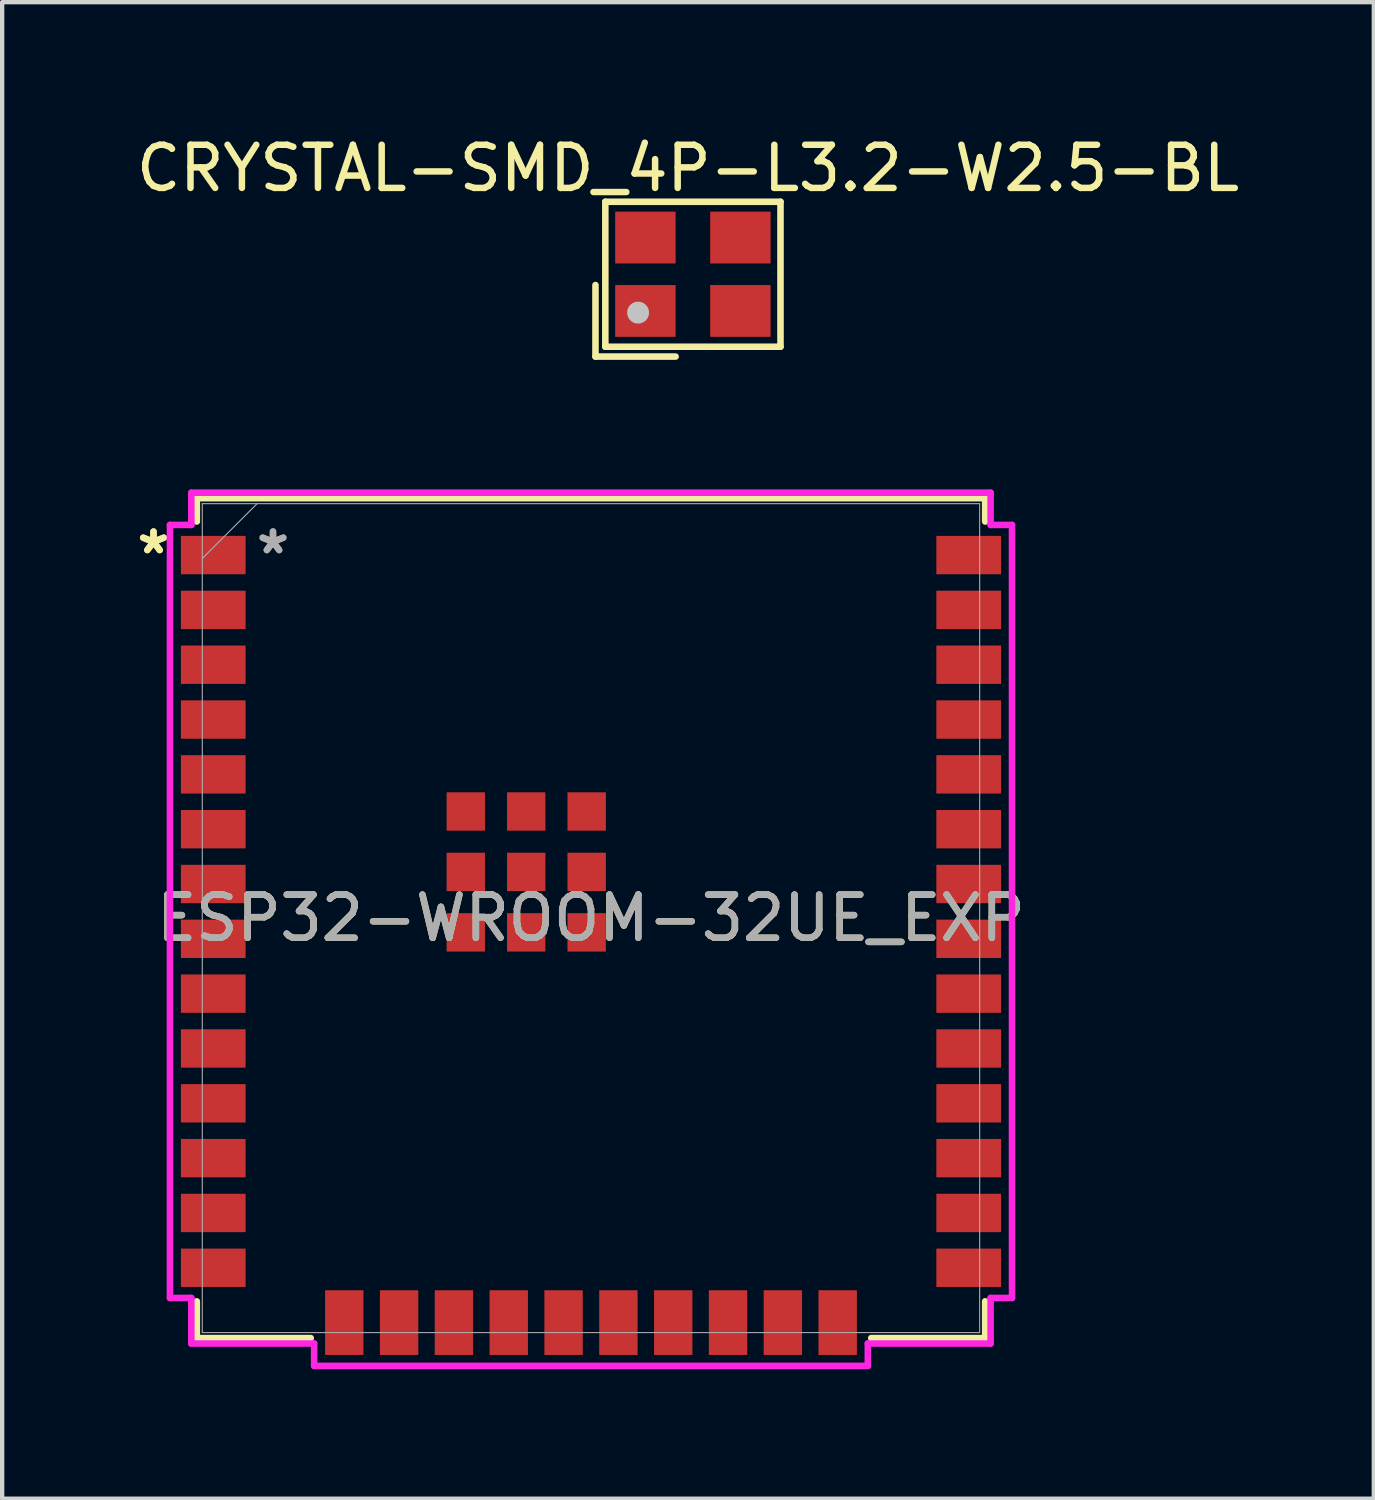
<source format=kicad_pcb>
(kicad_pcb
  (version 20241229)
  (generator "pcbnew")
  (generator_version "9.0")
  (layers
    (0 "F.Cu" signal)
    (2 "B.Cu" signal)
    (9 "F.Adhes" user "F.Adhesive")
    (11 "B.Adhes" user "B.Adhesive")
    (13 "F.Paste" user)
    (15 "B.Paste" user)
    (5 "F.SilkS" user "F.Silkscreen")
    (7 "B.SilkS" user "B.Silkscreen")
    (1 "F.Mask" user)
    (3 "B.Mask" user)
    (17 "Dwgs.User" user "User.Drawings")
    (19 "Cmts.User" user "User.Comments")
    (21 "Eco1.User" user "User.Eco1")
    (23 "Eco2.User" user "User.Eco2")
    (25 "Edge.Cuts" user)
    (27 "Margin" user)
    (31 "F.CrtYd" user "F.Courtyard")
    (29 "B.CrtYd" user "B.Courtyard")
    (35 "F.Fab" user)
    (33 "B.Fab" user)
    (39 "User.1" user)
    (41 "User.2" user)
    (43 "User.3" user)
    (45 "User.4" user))
  (footprint "ESP32-WROOM-32UE_EXP"
    (layer "F.Cu")
    (at 10.64 18.218)
    (property "Reference" "ESP32-WROOM-32UE_EXP" (at 0 0 0) (unlocked yes) (layer "F.SilkS") (effects (font (size 1 1) (thickness 0.15))))
    (attr smd)
    (fp_line (start -9.131 -9.728) (end 9.131 -9.728) (stroke (width 0.152) (type solid)) (layer "F.SilkS"))
    (fp_line (start -9.131 -9.187) (end -9.131 -9.728) (stroke (width 0.152) (type solid)) (layer "F.SilkS"))
    (fp_line (start -9.131 9.728) (end -9.131 8.877) (stroke (width 0.152) (type solid)) (layer "F.SilkS"))
    (fp_line (start -6.492 9.728) (end -9.131 9.728) (stroke (width 0.152) (type solid)) (layer "F.SilkS"))
    (fp_line (start 9.131 -9.728) (end 9.131 -9.187) (stroke (width 0.152) (type solid)) (layer "F.SilkS"))
    (fp_line (start 9.131 8.877) (end 9.131 9.728) (stroke (width 0.152) (type solid)) (layer "F.SilkS"))
    (fp_line (start 9.131 9.728) (end 6.492 9.728) (stroke (width 0.152) (type solid)) (layer "F.SilkS"))
    (fp_line (start -9.753 -9.108) (end -9.753 8.799) (stroke (width 0.152) (type solid)) (layer "F.CrtYd"))
    (fp_line (start -9.753 8.799) (end -9.258 8.799) (stroke (width 0.152) (type solid)) (layer "F.CrtYd"))
    (fp_line (start -9.258 -9.855) (end -9.258 -9.108) (stroke (width 0.152) (type solid)) (layer "F.CrtYd"))
    (fp_line (start -9.258 -9.108) (end -9.753 -9.108) (stroke (width 0.152) (type solid)) (layer "F.CrtYd"))
    (fp_line (start -9.258 8.799) (end -9.258 9.855) (stroke (width 0.152) (type solid)) (layer "F.CrtYd"))
    (fp_line (start -9.258 9.855) (end -6.413 9.855) (stroke (width 0.152) (type solid)) (layer "F.CrtYd"))
    (fp_line (start -6.413 9.855) (end -6.413 10.373) (stroke (width 0.152) (type solid)) (layer "F.CrtYd"))
    (fp_line (start -6.413 10.373) (end 6.413 10.373) (stroke (width 0.152) (type solid)) (layer "F.CrtYd"))
    (fp_line (start 6.413 9.855) (end 9.258 9.855) (stroke (width 0.152) (type solid)) (layer "F.CrtYd"))
    (fp_line (start 6.413 10.373) (end 6.413 9.855) (stroke (width 0.152) (type solid)) (layer "F.CrtYd"))
    (fp_line (start 9.258 -9.855) (end -9.258 -9.855) (stroke (width 0.152) (type solid)) (layer "F.CrtYd"))
    (fp_line (start 9.258 -9.108) (end 9.258 -9.855) (stroke (width 0.152) (type solid)) (layer "F.CrtYd"))
    (fp_line (start 9.258 8.799) (end 9.753 8.799) (stroke (width 0.152) (type solid)) (layer "F.CrtYd"))
    (fp_line (start 9.258 9.855) (end 9.258 8.799) (stroke (width 0.152) (type solid)) (layer "F.CrtYd"))
    (fp_line (start 9.753 -9.108) (end 9.258 -9.108) (stroke (width 0.152) (type solid)) (layer "F.CrtYd"))
    (fp_line (start 9.753 8.799) (end 9.753 -9.108) (stroke (width 0.152) (type solid)) (layer "F.CrtYd"))
    (fp_line (start -9.004 -9.601) (end -9.004 9.601) (stroke (width 0.025) (type solid)) (layer "F.Fab"))
    (fp_line (start -9.004 -8.331) (end -7.734 -9.601) (stroke (width 0.025) (type solid)) (layer "F.Fab"))
    (fp_line (start -9.004 9.601) (end 9.004 9.601) (stroke (width 0.025) (type solid)) (layer "F.Fab"))
    (fp_line (start 9.004 -9.601) (end -9.004 -9.601) (stroke (width 0.025) (type solid)) (layer "F.Fab"))
    (fp_line (start 9.004 9.601) (end 9.004 -9.601) (stroke (width 0.025) (type solid)) (layer "F.Fab"))
    (fp_text user "*" (at -10.134 -8.41 0) (layer "F.SilkS") (effects (font (size 1 1) (thickness 0.15))))
    (fp_text user "*" (at -10.134 -8.41 0) (unlocked yes) (layer "F.SilkS") (effects (font (size 1 1) (thickness 0.15))))
    (fp_text user "${REFERENCE}" (at 0 0 0) (unlocked yes) (layer "F.Fab") (effects (font (size 1 1) (thickness 0.15))))
    (fp_text user "*" (at -7.366 -8.41 0) (unlocked yes) (layer "F.Fab") (effects (font (size 1 1) (thickness 0.15))))
    (fp_text user "*" (at -7.366 -8.41 0) (layer "F.Fab") (effects (font (size 1 1) (thickness 0.15))))
    (pad "1" smd rect (at -8.75 -8.41) (size 1.499 0.889) (layers "F.Cu" "F.Mask" "F.Paste"))
    (pad "2" smd rect (at -8.75 -7.14) (size 1.499 0.889) (layers "F.Cu" "F.Mask" "F.Paste"))
    (pad "3" smd rect (at -8.75 -5.87) (size 1.499 0.889) (layers "F.Cu" "F.Mask" "F.Paste"))
    (pad "4" smd rect (at -8.75 -4.6) (size 1.499 0.889) (layers "F.Cu" "F.Mask" "F.Paste"))
    (pad "5" smd rect (at -8.75 -3.33) (size 1.499 0.889) (layers "F.Cu" "F.Mask" "F.Paste"))
    (pad "6" smd rect (at -8.75 -2.06) (size 1.499 0.889) (layers "F.Cu" "F.Mask" "F.Paste"))
    (pad "7" smd rect (at -8.75 -0.79) (size 1.499 0.889) (layers "F.Cu" "F.Mask" "F.Paste"))
    (pad "8" smd rect (at -8.75 0.48) (size 1.499 0.889) (layers "F.Cu" "F.Mask" "F.Paste"))
    (pad "9" smd rect (at -8.75 1.75) (size 1.499 0.889) (layers "F.Cu" "F.Mask" "F.Paste"))
    (pad "10" smd rect (at -8.75 3.02) (size 1.499 0.889) (layers "F.Cu" "F.Mask" "F.Paste"))
    (pad "11" smd rect (at -8.75 4.29) (size 1.499 0.889) (layers "F.Cu" "F.Mask" "F.Paste"))
    (pad "12" smd rect (at -8.75 5.56) (size 1.499 0.889) (layers "F.Cu" "F.Mask" "F.Paste"))
    (pad "13" smd rect (at -8.75 6.83) (size 1.499 0.889) (layers "F.Cu" "F.Mask" "F.Paste"))
    (pad "14" smd rect (at -8.75 8.1) (size 1.499 0.889) (layers "F.Cu" "F.Mask" "F.Paste"))
    (pad "15" smd rect (at -5.715 9.37 90) (size 1.499 0.889) (layers "F.Cu" "F.Mask" "F.Paste"))
    (pad "16" smd rect (at -4.445 9.37 90) (size 1.499 0.889) (layers "F.Cu" "F.Mask" "F.Paste"))
    (pad "17" smd rect (at -3.175 9.37 90) (size 1.499 0.889) (layers "F.Cu" "F.Mask" "F.Paste"))
    (pad "18" smd rect (at -1.905 9.37 90) (size 1.499 0.889) (layers "F.Cu" "F.Mask" "F.Paste"))
    (pad "19" smd rect (at -0.635 9.37 90) (size 1.499 0.889) (layers "F.Cu" "F.Mask" "F.Paste"))
    (pad "20" smd rect (at 0.635 9.37 90) (size 1.499 0.889) (layers "F.Cu" "F.Mask" "F.Paste"))
    (pad "21" smd rect (at 1.905 9.37 90) (size 1.499 0.889) (layers "F.Cu" "F.Mask" "F.Paste"))
    (pad "22" smd rect (at 3.175 9.37 90) (size 1.499 0.889) (layers "F.Cu" "F.Mask" "F.Paste"))
    (pad "23" smd rect (at 4.445 9.37 90) (size 1.499 0.889) (layers "F.Cu" "F.Mask" "F.Paste"))
    (pad "24" smd rect (at 5.715 9.37 90) (size 1.499 0.889) (layers "F.Cu" "F.Mask" "F.Paste"))
    (pad "25" smd rect (at 8.75 8.1) (size 1.499 0.889) (layers "F.Cu" "F.Mask" "F.Paste"))
    (pad "26" smd rect (at 8.75 6.83) (size 1.499 0.889) (layers "F.Cu" "F.Mask" "F.Paste"))
    (pad "27" smd rect (at 8.75 5.56) (size 1.499 0.889) (layers "F.Cu" "F.Mask" "F.Paste"))
    (pad "28" smd rect (at 8.75 4.29) (size 1.499 0.889) (layers "F.Cu" "F.Mask" "F.Paste"))
    (pad "29" smd rect (at 8.75 3.02) (size 1.499 0.889) (layers "F.Cu" "F.Mask" "F.Paste"))
    (pad "30" smd rect (at 8.75 1.75) (size 1.499 0.889) (layers "F.Cu" "F.Mask" "F.Paste"))
    (pad "31" smd rect (at 8.75 0.48) (size 1.499 0.889) (layers "F.Cu" "F.Mask" "F.Paste"))
    (pad "32" smd rect (at 8.75 -0.79) (size 1.499 0.889) (layers "F.Cu" "F.Mask" "F.Paste"))
    (pad "33" smd rect (at 8.75 -2.06) (size 1.499 0.889) (layers "F.Cu" "F.Mask" "F.Paste"))
    (pad "34" smd rect (at 8.75 -3.33) (size 1.499 0.889) (layers "F.Cu" "F.Mask" "F.Paste"))
    (pad "35" smd rect (at 8.75 -4.6) (size 1.499 0.889) (layers "F.Cu" "F.Mask" "F.Paste"))
    (pad "36" smd rect (at 8.75 -5.87) (size 1.499 0.889) (layers "F.Cu" "F.Mask" "F.Paste"))
    (pad "37" smd rect (at 8.75 -7.14) (size 1.499 0.889) (layers "F.Cu" "F.Mask" "F.Paste"))
    (pad "38" smd rect (at 8.75 -8.41) (size 1.499 0.889) (layers "F.Cu" "F.Mask" "F.Paste"))
    (pad "39" smd rect (at -1.5 -1.07) (size 0.889 0.889) (layers "F.Cu" "F.Mask" "F.Paste"))
    (pad "40" smd rect (at -2.9 -2.47) (size 0.889 0.889) (layers "F.Cu" "F.Mask" "F.Paste"))
    (pad "41" smd rect (at -2.9 -1.07) (size 0.889 0.889) (layers "F.Cu" "F.Mask" "F.Paste"))
    (pad "42" smd rect (at -2.9 0.33) (size 0.889 0.889) (layers "F.Cu" "F.Mask" "F.Paste"))
    (pad "43" smd rect (at -1.5 0.33) (size 0.889 0.889) (layers "F.Cu" "F.Mask" "F.Paste"))
    (pad "44" smd rect (at -0.1 0.33) (size 0.889 0.889) (layers "F.Cu" "F.Mask" "F.Paste"))
    (pad "45" smd rect (at -0.1 -1.07) (size 0.889 0.889) (layers "F.Cu" "F.Mask" "F.Paste"))
    (pad "46" smd rect (at -0.1 -2.47) (size 0.889 0.889) (layers "F.Cu" "F.Mask" "F.Paste"))
    (pad "47" smd rect (at -1.5 -2.47) (size 0.889 0.889) (layers "F.Cu" "F.Mask" "F.Paste")))
  (footprint "CRYSTAL-SMD_4P-L3.2-W2.5-BL"
    (layer "F.Cu")
    (at 13.001 3.303)
    (property "Reference" "CRYSTAL-SMD_4P-L3.2-W2.5-BL" (at -0.114 -2.455 0) (layer "F.SilkS") (effects (font (size 1 1) (thickness 0.15))))
    (fp_line (start -2.257 0.25) (end -2.257 1.907) (stroke (width 0.152) (type default)) (layer "F.SilkS"))
    (fp_line (start -2.257 1.907) (end -0.4 1.907) (stroke (width 0.152) (type default)) (layer "F.SilkS"))
    (fp_line (start -2.029 -1.679) (end 2.029 -1.679) (stroke (width 0.152) (type default)) (layer "F.SilkS"))
    (fp_line (start -2.029 1.679) (end -2.029 -1.679) (stroke (width 0.152) (type default)) (layer "F.SilkS"))
    (fp_line (start 2.029 -1.679) (end 2.029 1.679) (stroke (width 0.152) (type default)) (layer "F.SilkS"))
    (fp_line (start 2.029 1.679) (end -2.029 1.679) (stroke (width 0.152) (type default)) (layer "F.SilkS"))
    (fp_circle (center -1.27 0.889) (end -1.143 0.889) (stroke (width 0.254) (type default)) (fill no) (layer "Dwgs.User"))
    (fp_poly (pts (xy -1.5 -1.15) (xy -0.6 -1.15) (xy -0.6 -0.35) (xy -1.5 -0.35)) (stroke (width 0.1) (type default)) (fill no) (layer "User.1"))
    (fp_poly (pts (xy -1.5 0.35) (xy -0.6 0.35) (xy -0.6 1.15) (xy -1.5 1.15)) (stroke (width 0.1) (type default)) (fill no) (layer "User.1"))
    (fp_poly (pts (xy 0.6 -1.15) (xy 1.5 -1.15) (xy 1.5 -0.35) (xy 0.6 -0.35)) (stroke (width 0.1) (type default)) (fill no) (layer "User.1"))
    (fp_poly (pts (xy 0.6 0.35) (xy 1.5 0.35) (xy 1.5 1.15) (xy 0.6 1.15)) (stroke (width 0.1) (type default)) (fill no) (layer "User.1"))
    (fp_line (start -1.6 -1.25) (end 1.6 -1.25) (stroke (width 0.051) (type default)) (layer "User.2"))
    (fp_line (start -1.6 1.25) (end -1.6 -1.25) (stroke (width 0.051) (type default)) (layer "User.2"))
    (fp_line (start 1.6 -1.25) (end 1.6 1.25) (stroke (width 0.051) (type default)) (layer "User.2"))
    (fp_line (start 1.6 1.25) (end -1.6 1.25) (stroke (width 0.051) (type default)) (layer "User.2"))
    (fp_poly (pts (xy -1.545 1.227) (xy -1.577 1.195) (xy -1.623 1.195) (xy -1.655 1.227) (xy -1.655 1.273) (xy -1.623 1.305) (xy -1.577 1.305) (xy -1.545 1.273)) (stroke (width 0.1) (type default)) (fill no) (layer "User.3"))
    (pad "1" smd rect (at -1.1 0.85) (size 1.4 1.2) (layers "F.Cu" "F.Mask" "F.Paste"))
    (pad "2" smd rect (at 1.1 0.85) (size 1.4 1.2) (layers "F.Cu" "F.Mask" "F.Paste"))
    (pad "3" smd rect (at 1.1 -0.85) (size 1.4 1.2) (layers "F.Cu" "F.Mask" "F.Paste"))
    (pad "4" smd rect (at -1.1 -0.85) (size 1.4 1.2) (layers "F.Cu" "F.Mask" "F.Paste")))
  (gr_rect
    (start -3 -3)
    (end 28.774 31.667)
    (stroke (width 0.1) (type default))
    (fill no)
    (layer "Edge.Cuts")))
</source>
